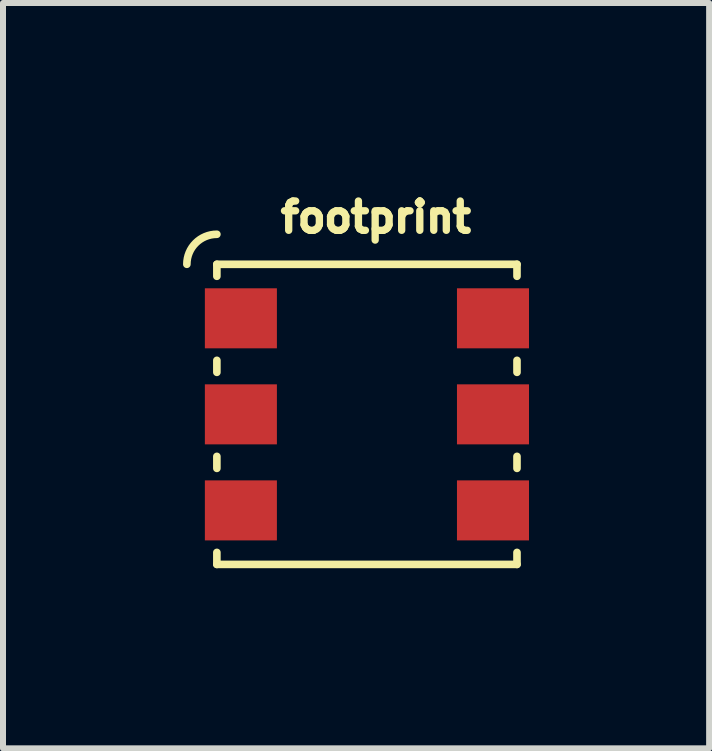
<source format=kicad_pcb>
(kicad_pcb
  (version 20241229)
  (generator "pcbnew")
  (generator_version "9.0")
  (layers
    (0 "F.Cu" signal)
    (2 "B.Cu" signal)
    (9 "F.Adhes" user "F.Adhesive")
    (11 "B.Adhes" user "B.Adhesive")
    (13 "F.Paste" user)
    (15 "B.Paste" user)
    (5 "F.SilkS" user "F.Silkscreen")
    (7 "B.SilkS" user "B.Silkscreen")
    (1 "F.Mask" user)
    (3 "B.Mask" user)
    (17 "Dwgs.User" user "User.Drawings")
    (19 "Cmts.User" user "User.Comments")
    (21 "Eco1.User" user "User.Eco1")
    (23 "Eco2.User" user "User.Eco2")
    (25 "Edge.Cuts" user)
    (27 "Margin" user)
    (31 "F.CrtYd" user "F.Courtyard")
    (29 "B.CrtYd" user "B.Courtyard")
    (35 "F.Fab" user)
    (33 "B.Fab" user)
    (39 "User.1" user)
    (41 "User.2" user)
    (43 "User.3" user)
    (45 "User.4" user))
  (footprint "footprint"
    (layer "F.Cu")
    (at 3.063 3.853)
    (property "Reference" "footprint" (at -1.5 -3 0) (layer "F.SilkS") (effects (font (size 0.488 0.488) (thickness 0.122)) (justify left bottom)))
    (fp_line (start -2.5 -2.5) (end 2.5 -2.5) (stroke (width 0.127) (type solid)) (layer "F.SilkS"))
    (fp_line (start -2.5 -2.3) (end -2.5 -2.5) (stroke (width 0.127) (type solid)) (layer "F.SilkS"))
    (fp_line (start -2.5 -0.9) (end -2.5 -0.7) (stroke (width 0.127) (type solid)) (layer "F.SilkS"))
    (fp_line (start -2.5 0.7) (end -2.5 0.9) (stroke (width 0.127) (type solid)) (layer "F.SilkS"))
    (fp_line (start -2.5 2.3) (end -2.5 2.5) (stroke (width 0.127) (type solid)) (layer "F.SilkS"))
    (fp_line (start -2.5 2.5) (end 2.5 2.5) (stroke (width 0.127) (type solid)) (layer "F.SilkS"))
    (fp_line (start 2.5 -2.5) (end 2.5 -2.3) (stroke (width 0.127) (type solid)) (layer "F.SilkS"))
    (fp_line (start 2.5 -0.9) (end 2.5 -0.7) (stroke (width 0.127) (type solid)) (layer "F.SilkS"))
    (fp_line (start 2.5 0.7) (end 2.5 0.9) (stroke (width 0.127) (type solid)) (layer "F.SilkS"))
    (fp_line (start 2.5 2.3) (end 2.5 2.5) (stroke (width 0.127) (type solid)) (layer "F.SilkS"))
    (fp_arc (start -3 -2.5) (mid -2.853553 -2.853553) (end -2.5 -3) (stroke (width 0.127) (type solid)) (layer "F.SilkS"))
    (pad "1" smd rect (at -2.1 -1.6) (size 1.2 1) (layers "F.Cu" "F.Mask" "F.Paste"))
    (pad "2" smd rect (at -2.1 0) (size 1.2 1) (layers "F.Cu" "F.Mask" "F.Paste"))
    (pad "3" smd rect (at -2.1 1.6) (size 1.2 1) (layers "F.Cu" "F.Mask" "F.Paste"))
    (pad "4" smd rect (at 2.1 1.6) (size 1.2 1) (layers "F.Cu" "F.Mask" "F.Paste"))
    (pad "5" smd rect (at 2.1 0) (size 1.2 1) (layers "F.Cu" "F.Mask" "F.Paste"))
    (pad "6" smd rect (at 2.1 -1.6) (size 1.2 1) (layers "F.Cu" "F.Mask" "F.Paste")))
  (gr_rect
    (start -3 -3)
    (end 8.764 9.417)
    (stroke (width 0.1) (type default))
    (fill no)
    (layer "Edge.Cuts")))
</source>
